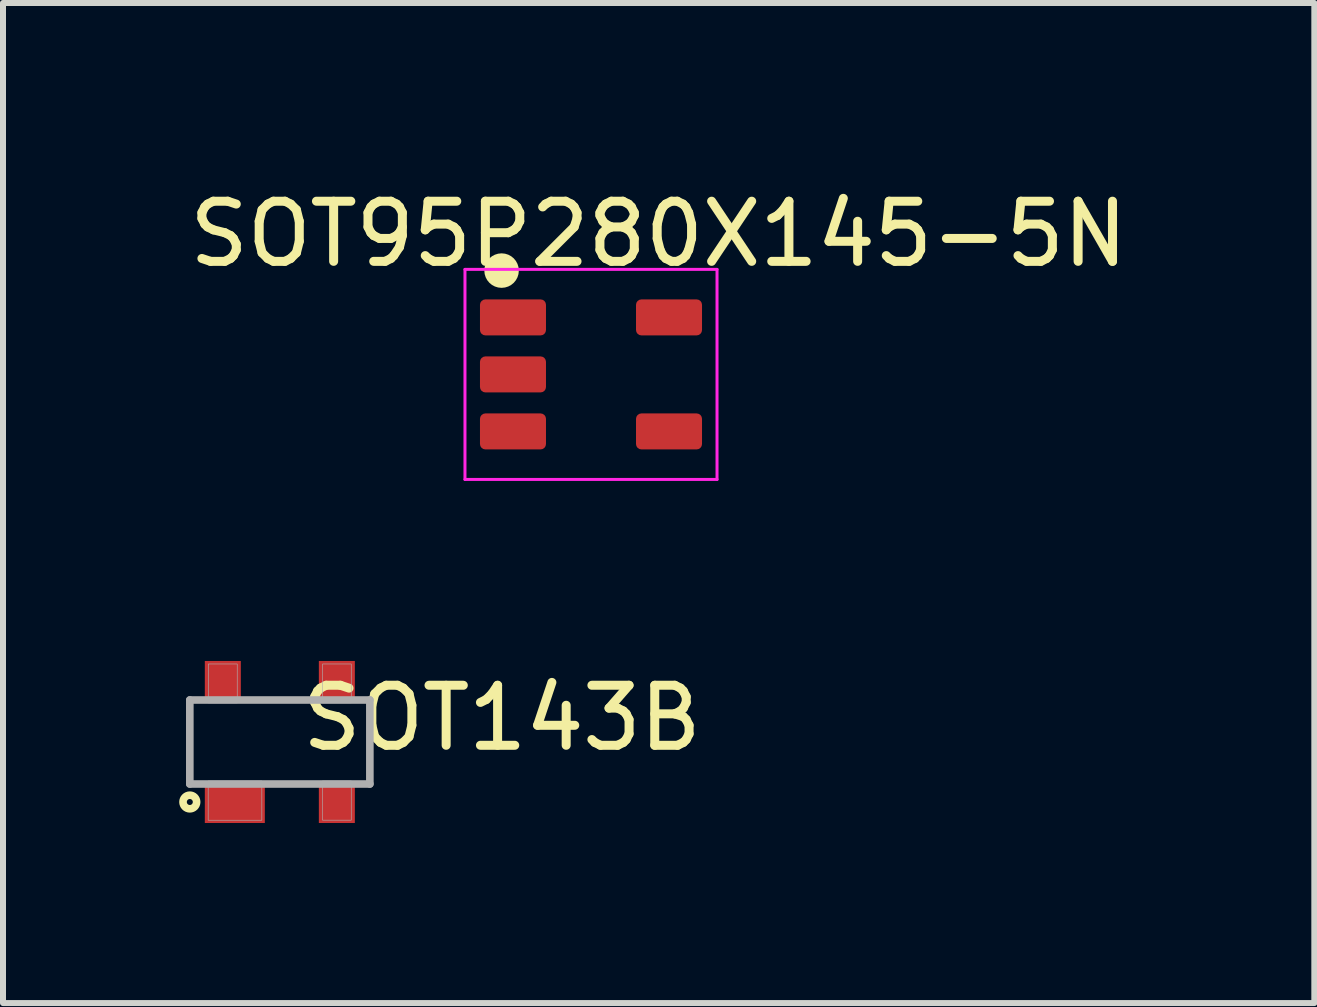
<source format=kicad_pcb>
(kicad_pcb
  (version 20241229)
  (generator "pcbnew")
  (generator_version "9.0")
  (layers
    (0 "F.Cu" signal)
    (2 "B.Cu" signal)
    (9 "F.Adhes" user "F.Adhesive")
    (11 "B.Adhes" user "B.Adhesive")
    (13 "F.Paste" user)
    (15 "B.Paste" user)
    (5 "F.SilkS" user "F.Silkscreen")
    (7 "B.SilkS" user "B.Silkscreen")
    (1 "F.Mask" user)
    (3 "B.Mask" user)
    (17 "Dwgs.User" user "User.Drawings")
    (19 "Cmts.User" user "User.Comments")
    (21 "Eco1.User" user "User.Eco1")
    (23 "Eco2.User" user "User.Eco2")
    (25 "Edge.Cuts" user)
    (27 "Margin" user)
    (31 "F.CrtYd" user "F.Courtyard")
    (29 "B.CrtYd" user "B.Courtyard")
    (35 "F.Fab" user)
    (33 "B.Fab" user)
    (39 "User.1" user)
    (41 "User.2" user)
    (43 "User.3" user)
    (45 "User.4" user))
  (footprint "SOT143B"
    (layer "F.Cu")
    (at 1.613 9.314)
    (property "Reference" "SOT143B" (at 3.7 -0.4 0) (layer "F.SilkS") (effects (font (size 1 1) (thickness 0.15))))
    (attr through_hole)
    (fp_circle (center -1.5 1) (end -1.45 1) (stroke (width 0.127) (type solid)) (fill no) (layer "F.SilkS"))
    (fp_poly (pts (xy -1.202 -1.3) (xy -0.7 -1.3) (xy -0.7 -0.701) (xy -1.202 -0.701)) (stroke (width 0.01) (type solid)) (fill yes) (layer "F.Paste"))
    (fp_poly (pts (xy -1.202 0.7) (xy -0.3 0.7) (xy -0.3 1.302) (xy -1.202 1.302)) (stroke (width 0.01) (type solid)) (fill yes) (layer "F.Paste"))
    (fp_poly (pts (xy 0.701 0.7) (xy 1.2 0.7) (xy 1.2 1.301) (xy 0.701 1.301)) (stroke (width 0.01) (type solid)) (fill yes) (layer "F.Paste"))
    (fp_poly (pts (xy 0.701 -1.3) (xy 1.2 -1.3) (xy 1.2 -0.701) (xy 0.701 -0.701)) (stroke (width 0.01) (type solid)) (fill yes) (layer "F.Paste"))
    (fp_line (start -1.5 -0.7) (end 1.5 -0.7) (stroke (width 0.127) (type solid)) (layer "F.Fab"))
    (fp_line (start -1.5 0.7) (end -1.5 -0.7) (stroke (width 0.127) (type solid)) (layer "F.Fab"))
    (fp_line (start 1.5 -0.7) (end 1.5 0.7) (stroke (width 0.127) (type solid)) (layer "F.Fab"))
    (fp_line (start 1.5 0.7) (end -1.5 0.7) (stroke (width 0.127) (type solid)) (layer "F.Fab"))
    (fp_poly (pts (xy -1.194 0.65) (xy -0.3 0.65) (xy -0.3 1.304) (xy -1.194 1.304)) (stroke (width 0.01) (type solid)) (fill no) (layer "F.Fab"))
    (fp_poly (pts (xy -1.191 -1.3) (xy -0.71 -1.3) (xy -0.71 -0.651) (xy -1.191 -0.651)) (stroke (width 0.01) (type solid)) (fill no) (layer "F.Fab"))
    (fp_poly (pts (xy 0.711 0.65) (xy 1.19 0.65) (xy 1.19 1.303) (xy 0.711 1.303)) (stroke (width 0.01) (type solid)) (fill no) (layer "F.Fab"))
    (fp_poly (pts (xy 0.712 -1.3) (xy 1.19 -1.3) (xy 1.19 -0.652) (xy 0.712 -0.652)) (stroke (width 0.01) (type solid)) (fill no) (layer "F.Fab"))
    (pad "1" smd rect (at -0.75 1) (size 1 0.7) (layers "F.Cu" "F.Mask" "F.Paste"))
    (pad "2" smd rect (at 0.95 1) (size 0.6 0.7) (layers "F.Cu" "F.Mask" "F.Paste"))
    (pad "3" smd rect (at 0.95 -1) (size 0.6 0.7) (layers "F.Cu" "F.Mask" "F.Paste"))
    (pad "4" smd rect (at -0.95 -1) (size 0.6 0.7) (layers "F.Cu" "F.Mask" "F.Paste")))
  (footprint "SOT95P280X145-5N"
    (layer "F.Cu")
    (at 6.798 3.189)
    (property "Reference" "SOT95P280X145-5N" (at 1.127 -2.34 0) (layer "F.SilkS") (effects (font (size 1.002 1.002) (thickness 0.15))))
    (attr smd)
    (fp_circle (center -1.59 -1.73) (end -1.49 -1.73) (stroke (width 0.127) (type solid)) (fill no) (layer "F.SilkS"))
    (fp_circle (center -1.49 -1.73) (end -1.39 -1.73) (stroke (width 0.127) (type solid)) (fill no) (layer "F.SilkS"))
    (fp_circle (center -1.49 -1.73) (end -1.349 -1.73) (stroke (width 0.127) (type solid)) (fill no) (layer "F.SilkS"))
    (fp_circle (center -1.49 -1.73) (end -1.266 -1.73) (stroke (width 0.127) (type solid)) (fill no) (layer "F.SilkS"))
    (fp_line (start -2.1 -1.75) (end 2.1 -1.75) (stroke (width 0.05) (type solid)) (layer "F.CrtYd"))
    (fp_line (start -2.1 1.75) (end -2.1 -1.75) (stroke (width 0.05) (type solid)) (layer "F.CrtYd"))
    (fp_line (start 2.1 -1.75) (end 2.1 1.75) (stroke (width 0.05) (type solid)) (layer "F.CrtYd"))
    (fp_line (start 2.1 1.75) (end -2.1 1.75) (stroke (width 0.05) (type solid)) (layer "F.CrtYd"))
    (pad "1" smd roundrect (at -1.3 -0.95) (size 1.1 0.6) (layers "F.Cu" "F.Mask" "F.Paste") (roundrect_rratio 0.15))
    (pad "2" smd roundrect (at -1.3 0) (size 1.1 0.6) (layers "F.Cu" "F.Mask" "F.Paste") (roundrect_rratio 0.15))
    (pad "3" smd roundrect (at -1.3 0.95) (size 1.1 0.6) (layers "F.Cu" "F.Mask" "F.Paste") (roundrect_rratio 0.15))
    (pad "4" smd roundrect (at 1.3 0.95 180) (size 1.1 0.6) (layers "F.Cu" "F.Mask" "F.Paste") (roundrect_rratio 0.15))
    (pad "5" smd roundrect (at 1.3 -0.95 180) (size 1.1 0.6) (layers "F.Cu" "F.Mask" "F.Paste") (roundrect_rratio 0.15)))
  (gr_rect
    (start -3 -3)
    (end 18.851 13.664)
    (stroke (width 0.1) (type default))
    (fill no)
    (layer "Edge.Cuts")))
</source>
